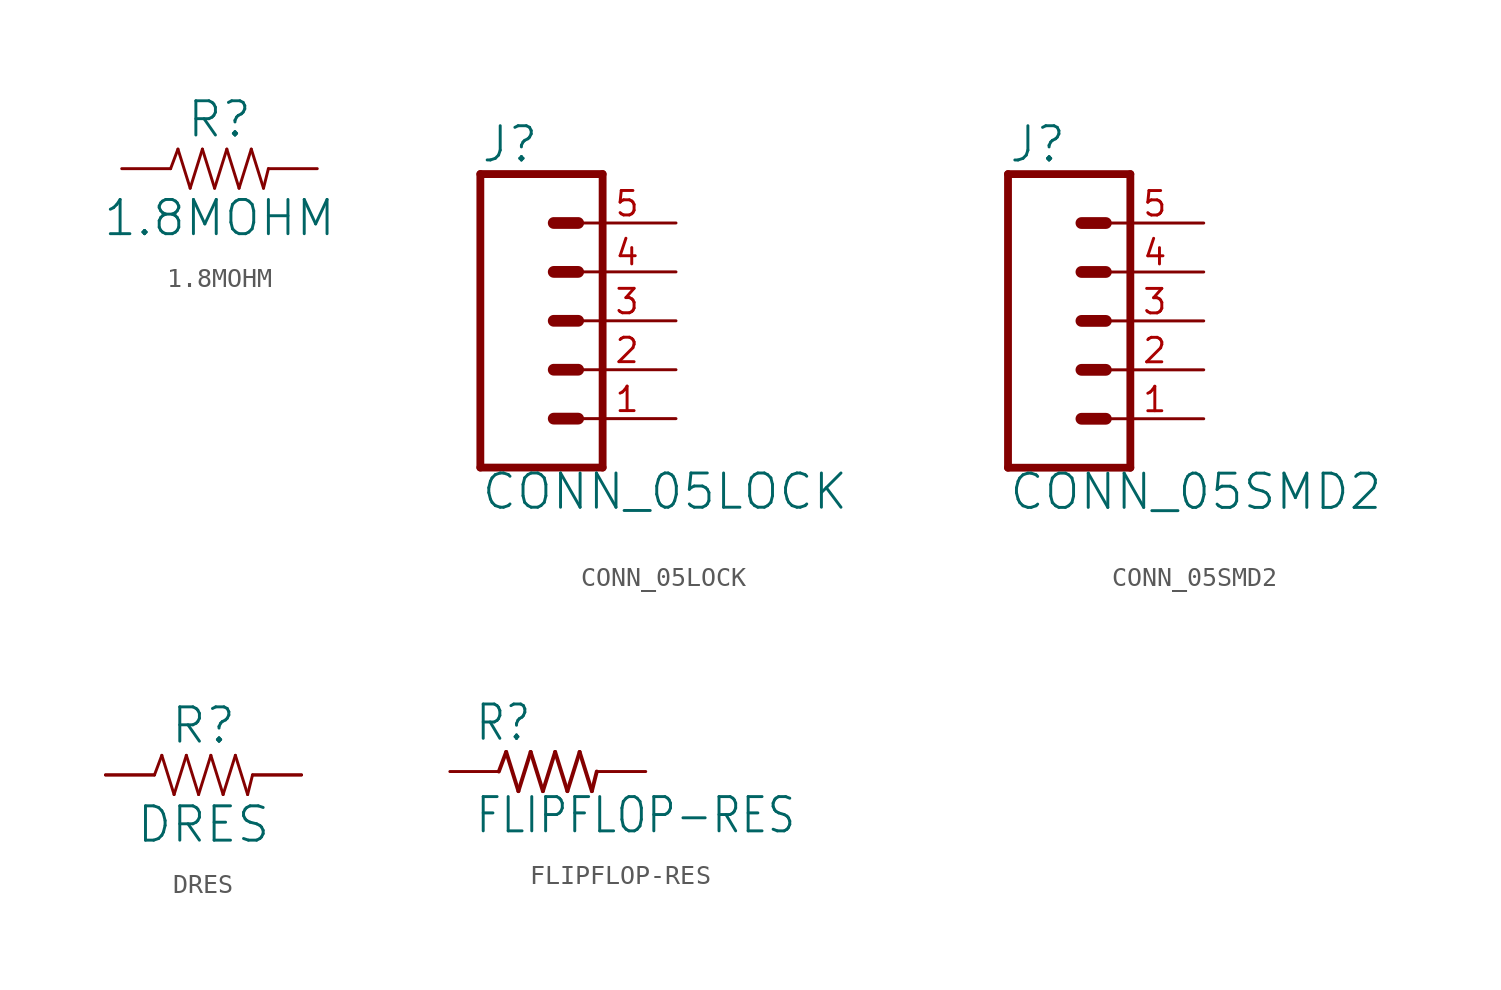
<source format=kicad_sym>
(kicad_symbol_lib
  (version 20220331)
  (generator kicad_symbol_editor)
  (symbol "1.8MOHM"
    (property "Reference" "R"
      (at 0 1.524 0)
      (effects (font (size 1.778 1.778)) (justify bottom)))
    (property "Value" "1.8MOHM"
      (at 0 -1.524 0)
      (effects (font (size 1.778 1.778)) (justify top)))
    (property "ki_locked" ""
      (at 0 0 0)
      (effects (font (size 1.27 1.27))))
    (symbol "1.8MOHM_1_0"
      (polyline (pts (xy -2.54 0) (xy -2.159 1.016)) (stroke (width 0.152) (type solid)) (fill (type none)))
      (polyline (pts (xy -2.159 1.016) (xy -1.524 -1.016)) (stroke (width 0.152) (type solid)) (fill (type none)))
      (polyline (pts (xy -1.524 -1.016) (xy -0.889 1.016)) (stroke (width 0.152) (type solid)) (fill (type none)))
      (polyline (pts (xy -0.889 1.016) (xy -0.254 -1.016)) (stroke (width 0.152) (type solid)) (fill (type none)))
      (polyline (pts (xy -0.254 -1.016) (xy 0.381 1.016)) (stroke (width 0.152) (type solid)) (fill (type none)))
      (polyline (pts (xy 0.381 1.016) (xy 1.016 -1.016)) (stroke (width 0.152) (type solid)) (fill (type none)))
      (polyline (pts (xy 1.016 -1.016) (xy 1.651 1.016)) (stroke (width 0.152) (type solid)) (fill (type none)))
      (polyline (pts (xy 1.651 1.016) (xy 2.286 -1.016)) (stroke (width 0.152) (type solid)) (fill (type none)))
      (polyline (pts (xy 2.286 -1.016) (xy 2.54 0)) (stroke (width 0.152) (type solid)) (fill (type none)))
      (pin passive line (at -5.08 0 0) (length 2.54) (name "1" (effects (font (size 0 0)))) (number "1" (effects (font (size 0 0)))))
      (pin passive line (at 5.08 0 180) (length 2.54) (name "2" (effects (font (size 0 0)))) (number "2" (effects (font (size 0 0)))))))
  (symbol "CONN_05LOCK"
    (property "Reference" "J"
      (at -2.54 8.128 0)
      (effects (font (size 1.778 1.778)) (justify left bottom)))
    (property "Value" "CONN_05LOCK"
      (at -2.54 -9.906 0)
      (effects (font (size 1.778 1.778)) (justify left bottom)))
    (property "ki_locked" ""
      (at 0 0 0)
      (effects (font (size 1.27 1.27))))
    (symbol "CONN_05LOCK_1_0"
      (polyline (pts (xy -2.54 7.62) (xy -2.54 -7.62)) (stroke (width 0.406) (type solid)) (fill (type none)))
      (polyline (pts (xy -2.54 7.62) (xy 3.81 7.62)) (stroke (width 0.406) (type solid)) (fill (type none)))
      (polyline (pts (xy 1.27 -5.08) (xy 2.54 -5.08)) (stroke (width 0.61) (type solid)) (fill (type none)))
      (polyline (pts (xy 1.27 -2.54) (xy 2.54 -2.54)) (stroke (width 0.61) (type solid)) (fill (type none)))
      (polyline (pts (xy 1.27 0) (xy 2.54 0)) (stroke (width 0.61) (type solid)) (fill (type none)))
      (polyline (pts (xy 1.27 2.54) (xy 2.54 2.54)) (stroke (width 0.61) (type solid)) (fill (type none)))
      (polyline (pts (xy 1.27 5.08) (xy 2.54 5.08)) (stroke (width 0.61) (type solid)) (fill (type none)))
      (polyline (pts (xy 3.81 -7.62) (xy -2.54 -7.62)) (stroke (width 0.406) (type solid)) (fill (type none)))
      (polyline (pts (xy 3.81 -7.62) (xy 3.81 7.62)) (stroke (width 0.406) (type solid)) (fill (type none)))
      (pin passive line (at 7.62 -5.08 180) (length 5.08) (name "1" (effects (font (size 0 0)))) (number "1" (effects (font (size 1.27 1.27)))))
      (pin passive line (at 7.62 -2.54 180) (length 5.08) (name "2" (effects (font (size 0 0)))) (number "2" (effects (font (size 1.27 1.27)))))
      (pin passive line (at 7.62 0 180) (length 5.08) (name "3" (effects (font (size 0 0)))) (number "3" (effects (font (size 1.27 1.27)))))
      (pin passive line (at 7.62 2.54 180) (length 5.08) (name "4" (effects (font (size 0 0)))) (number "4" (effects (font (size 1.27 1.27)))))
      (pin passive line (at 7.62 5.08 180) (length 5.08) (name "5" (effects (font (size 0 0)))) (number "5" (effects (font (size 1.27 1.27)))))))
  (symbol "CONN_05SMD2"
    (property "Reference" "J"
      (at -2.54 8.128 0)
      (effects (font (size 1.778 1.778)) (justify left bottom)))
    (property "Value" "CONN_05SMD2"
      (at -2.54 -9.906 0)
      (effects (font (size 1.778 1.778)) (justify left bottom)))
    (property "ki_locked" ""
      (at 0 0 0)
      (effects (font (size 1.27 1.27))))
    (symbol "CONN_05SMD2_1_0"
      (polyline (pts (xy -2.54 7.62) (xy -2.54 -7.62)) (stroke (width 0.406) (type solid)) (fill (type none)))
      (polyline (pts (xy -2.54 7.62) (xy 3.81 7.62)) (stroke (width 0.406) (type solid)) (fill (type none)))
      (polyline (pts (xy 1.27 -5.08) (xy 2.54 -5.08)) (stroke (width 0.61) (type solid)) (fill (type none)))
      (polyline (pts (xy 1.27 -2.54) (xy 2.54 -2.54)) (stroke (width 0.61) (type solid)) (fill (type none)))
      (polyline (pts (xy 1.27 0) (xy 2.54 0)) (stroke (width 0.61) (type solid)) (fill (type none)))
      (polyline (pts (xy 1.27 2.54) (xy 2.54 2.54)) (stroke (width 0.61) (type solid)) (fill (type none)))
      (polyline (pts (xy 1.27 5.08) (xy 2.54 5.08)) (stroke (width 0.61) (type solid)) (fill (type none)))
      (polyline (pts (xy 3.81 -7.62) (xy -2.54 -7.62)) (stroke (width 0.406) (type solid)) (fill (type none)))
      (polyline (pts (xy 3.81 -7.62) (xy 3.81 7.62)) (stroke (width 0.406) (type solid)) (fill (type none)))
      (pin passive line (at 7.62 -5.08 180) (length 5.08) (name "1" (effects (font (size 0 0)))) (number "1" (effects (font (size 1.27 1.27)))))
      (pin passive line (at 7.62 -2.54 180) (length 5.08) (name "2" (effects (font (size 0 0)))) (number "2" (effects (font (size 1.27 1.27)))))
      (pin passive line (at 7.62 0 180) (length 5.08) (name "3" (effects (font (size 0 0)))) (number "3" (effects (font (size 1.27 1.27)))))
      (pin passive line (at 7.62 2.54 180) (length 5.08) (name "4" (effects (font (size 0 0)))) (number "4" (effects (font (size 1.27 1.27)))))
      (pin passive line (at 7.62 5.08 180) (length 5.08) (name "5" (effects (font (size 0 0)))) (number "5" (effects (font (size 1.27 1.27)))))))
  (symbol "DRES"
    (property "Reference" "R"
      (at 0 1.524 0)
      (effects (font (size 1.778 1.778)) (justify bottom)))
    (property "Value" "DRES"
      (at 0 -1.524 0)
      (effects (font (size 1.778 1.778)) (justify top)))
    (property "ki_locked" ""
      (at 0 0 0)
      (effects (font (size 1.27 1.27))))
    (symbol "DRES_1_0"
      (polyline (pts (xy -2.54 0) (xy -2.159 1.016)) (stroke (width 0.152) (type solid)) (fill (type none)))
      (polyline (pts (xy -2.159 1.016) (xy -1.524 -1.016)) (stroke (width 0.152) (type solid)) (fill (type none)))
      (polyline (pts (xy -1.524 -1.016) (xy -0.889 1.016)) (stroke (width 0.152) (type solid)) (fill (type none)))
      (polyline (pts (xy -0.889 1.016) (xy -0.254 -1.016)) (stroke (width 0.152) (type solid)) (fill (type none)))
      (polyline (pts (xy -0.254 -1.016) (xy 0.381 1.016)) (stroke (width 0.152) (type solid)) (fill (type none)))
      (polyline (pts (xy 0.381 1.016) (xy 1.016 -1.016)) (stroke (width 0.152) (type solid)) (fill (type none)))
      (polyline (pts (xy 1.016 -1.016) (xy 1.651 1.016)) (stroke (width 0.152) (type solid)) (fill (type none)))
      (polyline (pts (xy 1.651 1.016) (xy 2.286 -1.016)) (stroke (width 0.152) (type solid)) (fill (type none)))
      (polyline (pts (xy 2.286 -1.016) (xy 2.54 0)) (stroke (width 0.152) (type solid)) (fill (type none)))
      (pin passive line (at -5.08 0 0) (length 2.54) (name "1" (effects (font (size 0 0)))) (number "1" (effects (font (size 0 0)))))
      (pin passive line (at 5.08 0 180) (length 2.54) (name "2" (effects (font (size 0 0)))) (number "2" (effects (font (size 0 0)))))
      (pin passive line (at -5.08 0 0) (length 2.54) (name "1" (effects (font (size 0 0)))) (number "P$1" (effects (font (size 0 0)))))
      (pin passive line (at 5.08 0 180) (length 2.54) (name "2" (effects (font (size 0 0)))) (number "P$2" (effects (font (size 0 0)))))))
  (symbol "FLIPFLOP-RES"
    (property "Reference" "R"
      (at -3.81 1.499 0)
      (effects (font (size 1.778 1.511)) (justify left bottom)))
    (property "Value" "FLIPFLOP-RES"
      (at -3.81 -3.302 0)
      (effects (font (size 1.778 1.511)) (justify left bottom)))
    (property "ki_locked" ""
      (at 0 0 0)
      (effects (font (size 1.27 1.27))))
    (symbol "FLIPFLOP-RES_1_0"
      (polyline (pts (xy -2.54 0) (xy -2.159 1.016)) (stroke (width 0.203) (type solid)) (fill (type none)))
      (polyline (pts (xy -2.159 1.016) (xy -1.524 -1.016)) (stroke (width 0.203) (type solid)) (fill (type none)))
      (polyline (pts (xy -1.524 -1.016) (xy -0.889 1.016)) (stroke (width 0.203) (type solid)) (fill (type none)))
      (polyline (pts (xy -0.889 1.016) (xy -0.254 -1.016)) (stroke (width 0.203) (type solid)) (fill (type none)))
      (polyline (pts (xy -0.254 -1.016) (xy 0.381 1.016)) (stroke (width 0.203) (type solid)) (fill (type none)))
      (polyline (pts (xy 0.381 1.016) (xy 1.016 -1.016)) (stroke (width 0.203) (type solid)) (fill (type none)))
      (polyline (pts (xy 1.016 -1.016) (xy 1.651 1.016)) (stroke (width 0.203) (type solid)) (fill (type none)))
      (polyline (pts (xy 1.651 1.016) (xy 2.286 -1.016)) (stroke (width 0.203) (type solid)) (fill (type none)))
      (polyline (pts (xy 2.286 -1.016) (xy 2.54 0)) (stroke (width 0.203) (type solid)) (fill (type none)))
      (pin passive line (at -5.08 0 0) (length 2.54) (name "1" (effects (font (size 0 0)))) (number "1" (effects (font (size 0 0)))))
      (pin passive line (at 5.08 0 180) (length 2.54) (name "2" (effects (font (size 0 0)))) (number "2" (effects (font (size 0 0))))))))
</source>
